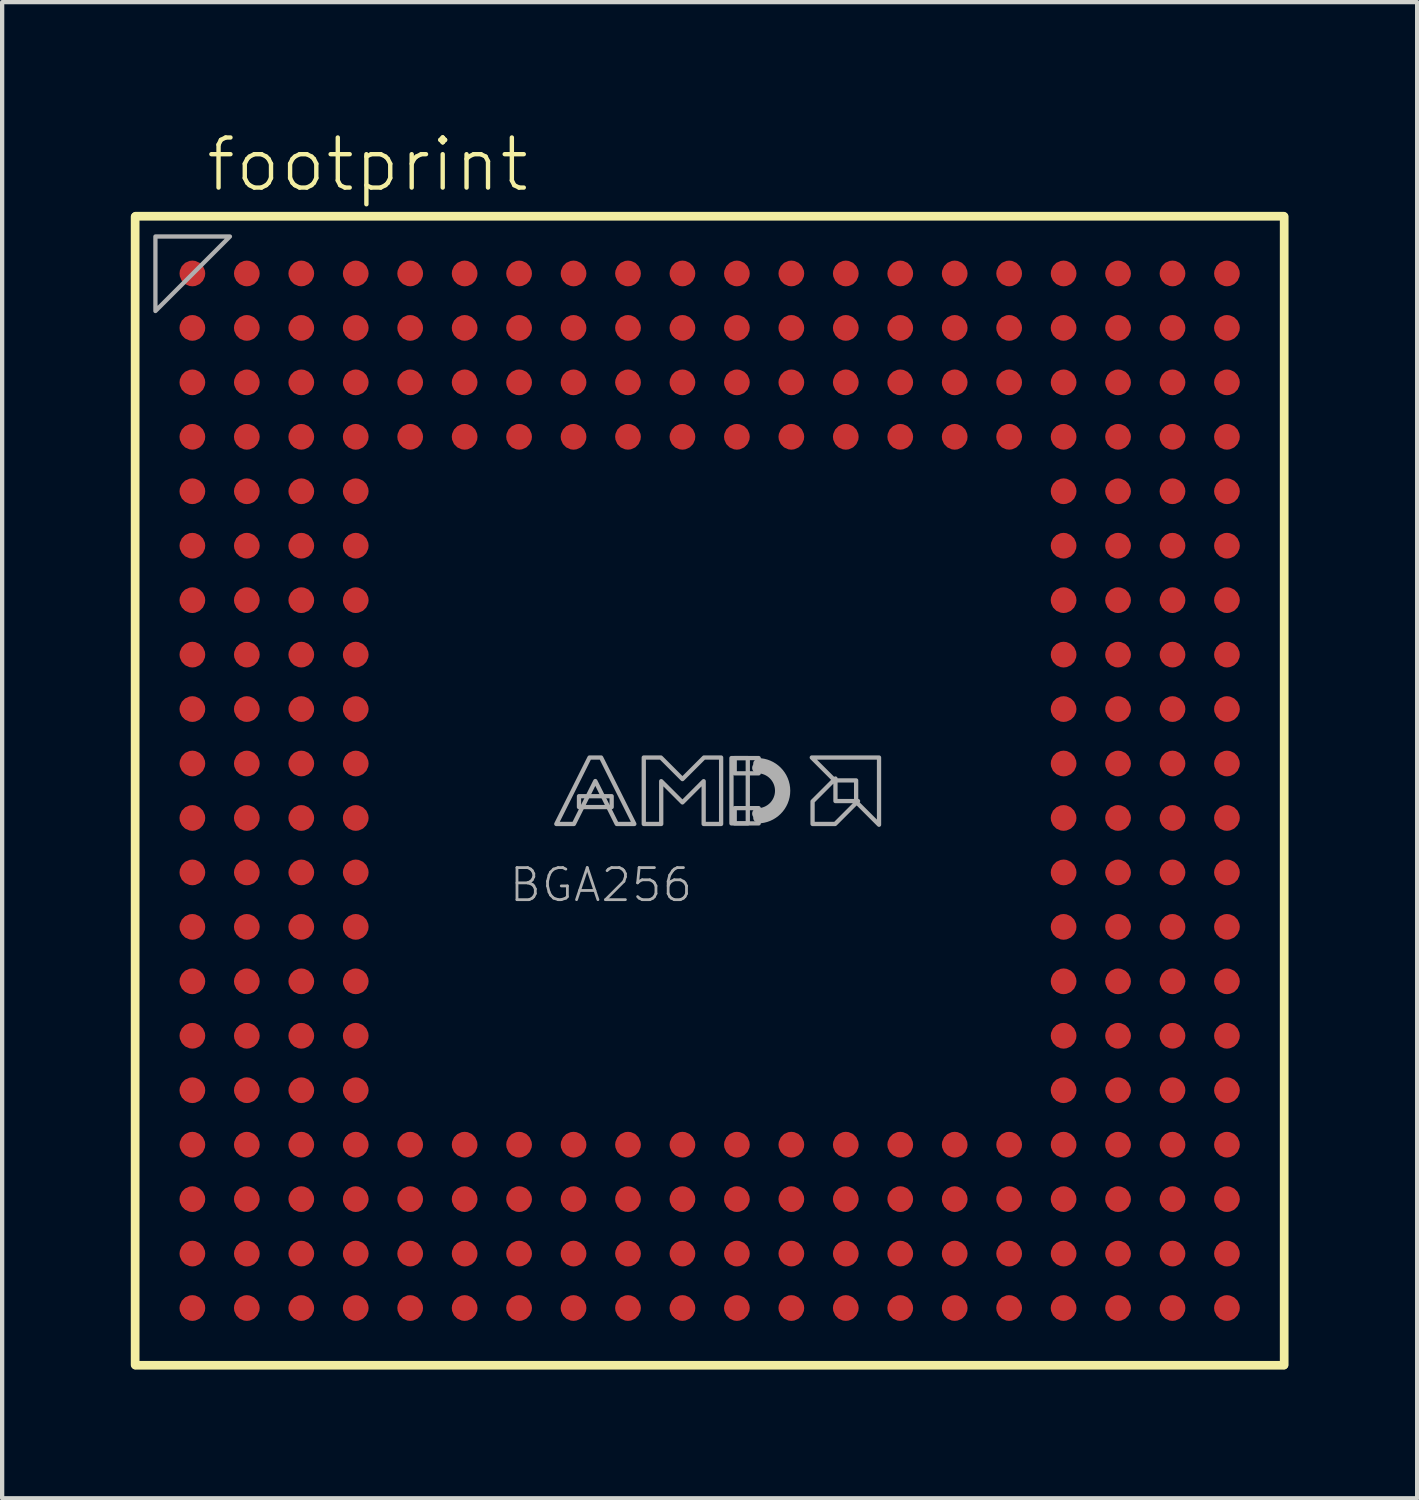
<source format=kicad_pcb>
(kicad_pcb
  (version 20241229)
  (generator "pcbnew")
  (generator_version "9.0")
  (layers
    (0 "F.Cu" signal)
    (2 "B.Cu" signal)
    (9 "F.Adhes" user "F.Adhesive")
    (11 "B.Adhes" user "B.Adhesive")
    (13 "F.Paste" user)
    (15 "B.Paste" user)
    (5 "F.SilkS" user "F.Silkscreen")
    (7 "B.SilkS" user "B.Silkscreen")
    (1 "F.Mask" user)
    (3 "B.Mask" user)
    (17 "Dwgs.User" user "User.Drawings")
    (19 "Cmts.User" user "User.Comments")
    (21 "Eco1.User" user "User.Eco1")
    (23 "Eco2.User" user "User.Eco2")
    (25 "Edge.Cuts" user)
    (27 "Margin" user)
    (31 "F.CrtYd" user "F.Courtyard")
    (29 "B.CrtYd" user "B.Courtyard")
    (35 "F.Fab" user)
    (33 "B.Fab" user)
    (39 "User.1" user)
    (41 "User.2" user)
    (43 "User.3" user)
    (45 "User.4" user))
  (footprint "footprint"
    (layer "F.Cu")
    (at 13.502 15.393)
    (property "Reference" "footprint" (at -11.8 -13.92 0) (layer "F.SilkS") (effects (font (size 1.168 1.168) (thickness 0.102)) (justify left bottom)))
    (fp_line (start -13.4 13.389) (end -13.4 -13.389) (stroke (width 0.203) (type solid)) (layer "F.SilkS"))
    (fp_line (start -13.389 -13.4) (end 13.389 -13.4) (stroke (width 0.203) (type solid)) (layer "F.SilkS"))
    (fp_line (start 13.389 13.4) (end -13.389 13.4) (stroke (width 0.203) (type solid)) (layer "F.SilkS"))
    (fp_line (start 13.4 -13.389) (end 13.4 13.389) (stroke (width 0.203) (type solid)) (layer "F.SilkS"))
    (fp_arc (start 1.1176 -0.7366) (mid 1.8542 0) (end 1.1176 0.7366) (stroke (width 0.0508) (type solid)) (layer "F.Fab"))
    (fp_arc (start 1.1176 -0.635) (mid 1.7526 0) (end 1.1176 0.635) (stroke (width 0.2032) (type solid)) (layer "F.Fab"))
    (fp_arc (start 1.1176 -0.5334) (mid 1.651 0) (end 1.1176 0.5334) (stroke (width 0.254) (type solid)) (layer "F.Fab"))
    (fp_poly (pts (xy -12.927 -11.189) (xy -12.927 -12.927) (xy -11.189 -12.927)) (stroke (width 0.1) (type solid)) (fill no) (layer "F.Fab"))
    (fp_poly (pts (xy -3.048 0.381) (xy -2.286 0.381) (xy -2.286 0.127) (xy -3.048 0.127)) (stroke (width 0.1) (type solid)) (fill no) (layer "F.Fab"))
    (fp_poly (pts (xy 0.508 0.762) (xy 0.889 0.762) (xy 0.889 -0.762) (xy 0.508 -0.762)) (stroke (width 0.1) (type solid)) (fill no) (layer "F.Fab"))
    (fp_poly (pts (xy 0.584 -0.406) (xy 1.143 -0.406) (xy 1.143 -0.762) (xy 0.584 -0.762)) (stroke (width 0.1) (type solid)) (fill no) (layer "F.Fab"))
    (fp_poly (pts (xy 0.584 0.762) (xy 1.143 0.762) (xy 1.143 0.406) (xy 0.584 0.406)) (stroke (width 0.1) (type solid)) (fill no) (layer "F.Fab"))
    (fp_poly (pts (xy 2.934 0.241) (xy 3.46 0.241) (xy 2.926 0.775) (xy 2.4 0.775) (xy 2.4 0.249) (xy 2.934 -0.285)) (stroke (width 0.1) (type solid)) (fill no) (layer "F.Fab"))
    (fp_poly (pts (xy 3.95 0.793) (xy 3.416 0.259) (xy 3.416 -0.241) (xy 2.916 -0.241) (xy 2.382 -0.775) (xy 3.95 -0.775)) (stroke (width 0.1) (type solid)) (fill no) (layer "F.Fab"))
    (fp_poly (pts (xy -1.757 0.775) (xy -2.167 0.775) (xy -2.667 -0.226) (xy -3.167 0.775) (xy -3.577 0.775) (xy -2.802 -0.775) (xy -2.532 -0.775)) (stroke (width 0.1) (type solid)) (fill no) (layer "F.Fab"))
    (fp_poly (pts (xy -0.635 -0.272) (xy -0.132 -0.775) (xy 0.267 -0.775) (xy 0.267 0.775) (xy -0.14 0.775) (xy -0.14 -0.223) (xy -0.635 0.272) (xy -1.13 -0.223) (xy -1.13 0.775) (xy -1.537 0.775) (xy -1.537 -0.775) (xy -1.138 -0.775)) (stroke (width 0.1) (type solid)) (fill no) (layer "F.Fab"))
    (fp_text user "BGA256" (at -4.715 2.635 0) (layer "F.Fab") (effects (font (size 0.748 0.748) (thickness 0.065)) (justify left bottom)))
    (pad "A1" smd roundrect (at -12.065 -12.065) (size 0.6 0.6) (layers "F.Cu" "F.Mask" "F.Paste") (roundrect_rratio 0.5))
    (pad "A2" smd roundrect (at -10.795 -12.065) (size 0.6 0.6) (layers "F.Cu" "F.Mask" "F.Paste") (roundrect_rratio 0.5))
    (pad "A3" smd roundrect (at -9.525 -12.065) (size 0.6 0.6) (layers "F.Cu" "F.Mask" "F.Paste") (roundrect_rratio 0.5))
    (pad "A4" smd roundrect (at -8.255 -12.065) (size 0.6 0.6) (layers "F.Cu" "F.Mask" "F.Paste") (roundrect_rratio 0.5))
    (pad "A5" smd roundrect (at -6.985 -12.065) (size 0.6 0.6) (layers "F.Cu" "F.Mask" "F.Paste") (roundrect_rratio 0.5))
    (pad "A6" smd roundrect (at -5.715 -12.065) (size 0.6 0.6) (layers "F.Cu" "F.Mask" "F.Paste") (roundrect_rratio 0.5))
    (pad "A7" smd roundrect (at -4.445 -12.065) (size 0.6 0.6) (layers "F.Cu" "F.Mask" "F.Paste") (roundrect_rratio 0.5))
    (pad "A8" smd roundrect (at -3.175 -12.065) (size 0.6 0.6) (layers "F.Cu" "F.Mask" "F.Paste") (roundrect_rratio 0.5))
    (pad "A9" smd roundrect (at -1.905 -12.065) (size 0.6 0.6) (layers "F.Cu" "F.Mask" "F.Paste") (roundrect_rratio 0.5))
    (pad "A10" smd roundrect (at -0.635 -12.065) (size 0.6 0.6) (layers "F.Cu" "F.Mask" "F.Paste") (roundrect_rratio 0.5))
    (pad "A11" smd roundrect (at 0.635 -12.065) (size 0.6 0.6) (layers "F.Cu" "F.Mask" "F.Paste") (roundrect_rratio 0.5))
    (pad "A12" smd roundrect (at 1.905 -12.065) (size 0.6 0.6) (layers "F.Cu" "F.Mask" "F.Paste") (roundrect_rratio 0.5))
    (pad "A13" smd roundrect (at 3.175 -12.065) (size 0.6 0.6) (layers "F.Cu" "F.Mask" "F.Paste") (roundrect_rratio 0.5))
    (pad "A14" smd roundrect (at 4.445 -12.065) (size 0.6 0.6) (layers "F.Cu" "F.Mask" "F.Paste") (roundrect_rratio 0.5))
    (pad "A15" smd roundrect (at 5.715 -12.065) (size 0.6 0.6) (layers "F.Cu" "F.Mask" "F.Paste") (roundrect_rratio 0.5))
    (pad "A16" smd roundrect (at 6.985 -12.065) (size 0.6 0.6) (layers "F.Cu" "F.Mask" "F.Paste") (roundrect_rratio 0.5))
    (pad "A17" smd roundrect (at 8.255 -12.065) (size 0.6 0.6) (layers "F.Cu" "F.Mask" "F.Paste") (roundrect_rratio 0.5))
    (pad "A18" smd roundrect (at 9.525 -12.065) (size 0.6 0.6) (layers "F.Cu" "F.Mask" "F.Paste") (roundrect_rratio 0.5))
    (pad "A19" smd roundrect (at 10.795 -12.065) (size 0.6 0.6) (layers "F.Cu" "F.Mask" "F.Paste") (roundrect_rratio 0.5))
    (pad "A20" smd roundrect (at 12.065 -12.065) (size 0.6 0.6) (layers "F.Cu" "F.Mask" "F.Paste") (roundrect_rratio 0.5))
    (pad "B1" smd roundrect (at -12.065 -10.795) (size 0.6 0.6) (layers "F.Cu" "F.Mask" "F.Paste") (roundrect_rratio 0.5))
    (pad "B2" smd roundrect (at -10.795 -10.795) (size 0.6 0.6) (layers "F.Cu" "F.Mask" "F.Paste") (roundrect_rratio 0.5))
    (pad "B3" smd roundrect (at -9.525 -10.795) (size 0.6 0.6) (layers "F.Cu" "F.Mask" "F.Paste") (roundrect_rratio 0.5))
    (pad "B4" smd roundrect (at -8.255 -10.795) (size 0.6 0.6) (layers "F.Cu" "F.Mask" "F.Paste") (roundrect_rratio 0.5))
    (pad "B5" smd roundrect (at -6.985 -10.795) (size 0.6 0.6) (layers "F.Cu" "F.Mask" "F.Paste") (roundrect_rratio 0.5))
    (pad "B6" smd roundrect (at -5.715 -10.795) (size 0.6 0.6) (layers "F.Cu" "F.Mask" "F.Paste") (roundrect_rratio 0.5))
    (pad "B7" smd roundrect (at -4.445 -10.795) (size 0.6 0.6) (layers "F.Cu" "F.Mask" "F.Paste") (roundrect_rratio 0.5))
    (pad "B8" smd roundrect (at -3.175 -10.795) (size 0.6 0.6) (layers "F.Cu" "F.Mask" "F.Paste") (roundrect_rratio 0.5))
    (pad "B9" smd roundrect (at -1.905 -10.795) (size 0.6 0.6) (layers "F.Cu" "F.Mask" "F.Paste") (roundrect_rratio 0.5))
    (pad "B10" smd roundrect (at -0.635 -10.795) (size 0.6 0.6) (layers "F.Cu" "F.Mask" "F.Paste") (roundrect_rratio 0.5))
    (pad "B11" smd roundrect (at 0.635 -10.795) (size 0.6 0.6) (layers "F.Cu" "F.Mask" "F.Paste") (roundrect_rratio 0.5))
    (pad "B12" smd roundrect (at 1.905 -10.795) (size 0.6 0.6) (layers "F.Cu" "F.Mask" "F.Paste") (roundrect_rratio 0.5))
    (pad "B13" smd roundrect (at 3.175 -10.795) (size 0.6 0.6) (layers "F.Cu" "F.Mask" "F.Paste") (roundrect_rratio 0.5))
    (pad "B14" smd roundrect (at 4.445 -10.795) (size 0.6 0.6) (layers "F.Cu" "F.Mask" "F.Paste") (roundrect_rratio 0.5))
    (pad "B15" smd roundrect (at 5.715 -10.795) (size 0.6 0.6) (layers "F.Cu" "F.Mask" "F.Paste") (roundrect_rratio 0.5))
    (pad "B16" smd roundrect (at 6.985 -10.795) (size 0.6 0.6) (layers "F.Cu" "F.Mask" "F.Paste") (roundrect_rratio 0.5))
    (pad "B17" smd roundrect (at 8.255 -10.795) (size 0.6 0.6) (layers "F.Cu" "F.Mask" "F.Paste") (roundrect_rratio 0.5))
    (pad "B18" smd roundrect (at 9.525 -10.795) (size 0.6 0.6) (layers "F.Cu" "F.Mask" "F.Paste") (roundrect_rratio 0.5))
    (pad "B19" smd roundrect (at 10.795 -10.795) (size 0.6 0.6) (layers "F.Cu" "F.Mask" "F.Paste") (roundrect_rratio 0.5))
    (pad "B20" smd roundrect (at 12.065 -10.795) (size 0.6 0.6) (layers "F.Cu" "F.Mask" "F.Paste") (roundrect_rratio 0.5))
    (pad "C1" smd roundrect (at -12.065 -9.525) (size 0.6 0.6) (layers "F.Cu" "F.Mask" "F.Paste") (roundrect_rratio 0.5))
    (pad "C2" smd roundrect (at -10.795 -9.525) (size 0.6 0.6) (layers "F.Cu" "F.Mask" "F.Paste") (roundrect_rratio 0.5))
    (pad "C3" smd roundrect (at -9.525 -9.525) (size 0.6 0.6) (layers "F.Cu" "F.Mask" "F.Paste") (roundrect_rratio 0.5))
    (pad "C4" smd roundrect (at -8.255 -9.525) (size 0.6 0.6) (layers "F.Cu" "F.Mask" "F.Paste") (roundrect_rratio 0.5))
    (pad "C5" smd roundrect (at -6.985 -9.525) (size 0.6 0.6) (layers "F.Cu" "F.Mask" "F.Paste") (roundrect_rratio 0.5))
    (pad "C6" smd roundrect (at -5.715 -9.525) (size 0.6 0.6) (layers "F.Cu" "F.Mask" "F.Paste") (roundrect_rratio 0.5))
    (pad "C7" smd roundrect (at -4.445 -9.525) (size 0.6 0.6) (layers "F.Cu" "F.Mask" "F.Paste") (roundrect_rratio 0.5))
    (pad "C8" smd roundrect (at -3.175 -9.525) (size 0.6 0.6) (layers "F.Cu" "F.Mask" "F.Paste") (roundrect_rratio 0.5))
    (pad "C9" smd roundrect (at -1.905 -9.525) (size 0.6 0.6) (layers "F.Cu" "F.Mask" "F.Paste") (roundrect_rratio 0.5))
    (pad "C10" smd roundrect (at -0.635 -9.525) (size 0.6 0.6) (layers "F.Cu" "F.Mask" "F.Paste") (roundrect_rratio 0.5))
    (pad "C11" smd roundrect (at 0.635 -9.525) (size 0.6 0.6) (layers "F.Cu" "F.Mask" "F.Paste") (roundrect_rratio 0.5))
    (pad "C12" smd roundrect (at 1.905 -9.525) (size 0.6 0.6) (layers "F.Cu" "F.Mask" "F.Paste") (roundrect_rratio 0.5))
    (pad "C13" smd roundrect (at 3.175 -9.525) (size 0.6 0.6) (layers "F.Cu" "F.Mask" "F.Paste") (roundrect_rratio 0.5))
    (pad "C14" smd roundrect (at 4.445 -9.525) (size 0.6 0.6) (layers "F.Cu" "F.Mask" "F.Paste") (roundrect_rratio 0.5))
    (pad "C15" smd roundrect (at 5.715 -9.525) (size 0.6 0.6) (layers "F.Cu" "F.Mask" "F.Paste") (roundrect_rratio 0.5))
    (pad "C16" smd roundrect (at 6.985 -9.525) (size 0.6 0.6) (layers "F.Cu" "F.Mask" "F.Paste") (roundrect_rratio 0.5))
    (pad "C17" smd roundrect (at 8.255 -9.525) (size 0.6 0.6) (layers "F.Cu" "F.Mask" "F.Paste") (roundrect_rratio 0.5))
    (pad "C18" smd roundrect (at 9.525 -9.525) (size 0.6 0.6) (layers "F.Cu" "F.Mask" "F.Paste") (roundrect_rratio 0.5))
    (pad "C19" smd roundrect (at 10.795 -9.525) (size 0.6 0.6) (layers "F.Cu" "F.Mask" "F.Paste") (roundrect_rratio 0.5))
    (pad "C20" smd roundrect (at 12.065 -9.525) (size 0.6 0.6) (layers "F.Cu" "F.Mask" "F.Paste") (roundrect_rratio 0.5))
    (pad "D1" smd roundrect (at -12.065 -8.255) (size 0.6 0.6) (layers "F.Cu" "F.Mask" "F.Paste") (roundrect_rratio 0.5))
    (pad "D2" smd roundrect (at -10.795 -8.255) (size 0.6 0.6) (layers "F.Cu" "F.Mask" "F.Paste") (roundrect_rratio 0.5))
    (pad "D3" smd roundrect (at -9.525 -8.255) (size 0.6 0.6) (layers "F.Cu" "F.Mask" "F.Paste") (roundrect_rratio 0.5))
    (pad "D4" smd roundrect (at -8.255 -8.255) (size 0.6 0.6) (layers "F.Cu" "F.Mask" "F.Paste") (roundrect_rratio 0.5))
    (pad "D5" smd roundrect (at -6.985 -8.255) (size 0.6 0.6) (layers "F.Cu" "F.Mask" "F.Paste") (roundrect_rratio 0.5))
    (pad "D6" smd roundrect (at -5.715 -8.255) (size 0.6 0.6) (layers "F.Cu" "F.Mask" "F.Paste") (roundrect_rratio 0.5))
    (pad "D7" smd roundrect (at -4.445 -8.255) (size 0.6 0.6) (layers "F.Cu" "F.Mask" "F.Paste") (roundrect_rratio 0.5))
    (pad "D8" smd roundrect (at -3.175 -8.255) (size 0.6 0.6) (layers "F.Cu" "F.Mask" "F.Paste") (roundrect_rratio 0.5))
    (pad "D9" smd roundrect (at -1.905 -8.255) (size 0.6 0.6) (layers "F.Cu" "F.Mask" "F.Paste") (roundrect_rratio 0.5))
    (pad "D10" smd roundrect (at -0.635 -8.255) (size 0.6 0.6) (layers "F.Cu" "F.Mask" "F.Paste") (roundrect_rratio 0.5))
    (pad "D11" smd roundrect (at 0.635 -8.255) (size 0.6 0.6) (layers "F.Cu" "F.Mask" "F.Paste") (roundrect_rratio 0.5))
    (pad "D12" smd roundrect (at 1.905 -8.255) (size 0.6 0.6) (layers "F.Cu" "F.Mask" "F.Paste") (roundrect_rratio 0.5))
    (pad "D13" smd roundrect (at 3.175 -8.255) (size 0.6 0.6) (layers "F.Cu" "F.Mask" "F.Paste") (roundrect_rratio 0.5))
    (pad "D14" smd roundrect (at 4.445 -8.255) (size 0.6 0.6) (layers "F.Cu" "F.Mask" "F.Paste") (roundrect_rratio 0.5))
    (pad "D15" smd roundrect (at 5.715 -8.255) (size 0.6 0.6) (layers "F.Cu" "F.Mask" "F.Paste") (roundrect_rratio 0.5))
    (pad "D16" smd roundrect (at 6.985 -8.255) (size 0.6 0.6) (layers "F.Cu" "F.Mask" "F.Paste") (roundrect_rratio 0.5))
    (pad "D17" smd roundrect (at 8.255 -8.255) (size 0.6 0.6) (layers "F.Cu" "F.Mask" "F.Paste") (roundrect_rratio 0.5))
    (pad "D18" smd roundrect (at 9.525 -8.255) (size 0.6 0.6) (layers "F.Cu" "F.Mask" "F.Paste") (roundrect_rratio 0.5))
    (pad "D19" smd roundrect (at 10.795 -8.255) (size 0.6 0.6) (layers "F.Cu" "F.Mask" "F.Paste") (roundrect_rratio 0.5))
    (pad "D20" smd roundrect (at 12.065 -8.255) (size 0.6 0.6) (layers "F.Cu" "F.Mask" "F.Paste") (roundrect_rratio 0.5))
    (pad "E1" smd roundrect (at -12.065 -6.985) (size 0.6 0.6) (layers "F.Cu" "F.Mask" "F.Paste") (roundrect_rratio 0.5))
    (pad "E2" smd roundrect (at -10.795 -6.985) (size 0.6 0.6) (layers "F.Cu" "F.Mask" "F.Paste") (roundrect_rratio 0.5))
    (pad "E3" smd roundrect (at -9.525 -6.985) (size 0.6 0.6) (layers "F.Cu" "F.Mask" "F.Paste") (roundrect_rratio 0.5))
    (pad "E4" smd roundrect (at -8.255 -6.985) (size 0.6 0.6) (layers "F.Cu" "F.Mask" "F.Paste") (roundrect_rratio 0.5))
    (pad "E17" smd roundrect (at 8.255 -6.985) (size 0.6 0.6) (layers "F.Cu" "F.Mask" "F.Paste") (roundrect_rratio 0.5))
    (pad "E18" smd roundrect (at 9.525 -6.985) (size 0.6 0.6) (layers "F.Cu" "F.Mask" "F.Paste") (roundrect_rratio 0.5))
    (pad "E19" smd roundrect (at 10.795 -6.985) (size 0.6 0.6) (layers "F.Cu" "F.Mask" "F.Paste") (roundrect_rratio 0.5))
    (pad "E20" smd roundrect (at 12.065 -6.985) (size 0.6 0.6) (layers "F.Cu" "F.Mask" "F.Paste") (roundrect_rratio 0.5))
    (pad "F1" smd roundrect (at -12.065 -5.715) (size 0.6 0.6) (layers "F.Cu" "F.Mask" "F.Paste") (roundrect_rratio 0.5))
    (pad "F2" smd roundrect (at -10.795 -5.715) (size 0.6 0.6) (layers "F.Cu" "F.Mask" "F.Paste") (roundrect_rratio 0.5))
    (pad "F3" smd roundrect (at -9.525 -5.715) (size 0.6 0.6) (layers "F.Cu" "F.Mask" "F.Paste") (roundrect_rratio 0.5))
    (pad "F4" smd roundrect (at -8.255 -5.715) (size 0.6 0.6) (layers "F.Cu" "F.Mask" "F.Paste") (roundrect_rratio 0.5))
    (pad "F17" smd roundrect (at 8.255 -5.715) (size 0.6 0.6) (layers "F.Cu" "F.Mask" "F.Paste") (roundrect_rratio 0.5))
    (pad "F18" smd roundrect (at 9.525 -5.715) (size 0.6 0.6) (layers "F.Cu" "F.Mask" "F.Paste") (roundrect_rratio 0.5))
    (pad "F19" smd roundrect (at 10.795 -5.715) (size 0.6 0.6) (layers "F.Cu" "F.Mask" "F.Paste") (roundrect_rratio 0.5))
    (pad "F20" smd roundrect (at 12.065 -5.715) (size 0.6 0.6) (layers "F.Cu" "F.Mask" "F.Paste") (roundrect_rratio 0.5))
    (pad "G1" smd roundrect (at -12.065 -4.445) (size 0.6 0.6) (layers "F.Cu" "F.Mask" "F.Paste") (roundrect_rratio 0.5))
    (pad "G2" smd roundrect (at -10.795 -4.445) (size 0.6 0.6) (layers "F.Cu" "F.Mask" "F.Paste") (roundrect_rratio 0.5))
    (pad "G3" smd roundrect (at -9.525 -4.445) (size 0.6 0.6) (layers "F.Cu" "F.Mask" "F.Paste") (roundrect_rratio 0.5))
    (pad "G4" smd roundrect (at -8.255 -4.445) (size 0.6 0.6) (layers "F.Cu" "F.Mask" "F.Paste") (roundrect_rratio 0.5))
    (pad "G17" smd roundrect (at 8.255 -4.445) (size 0.6 0.6) (layers "F.Cu" "F.Mask" "F.Paste") (roundrect_rratio 0.5))
    (pad "G18" smd roundrect (at 9.525 -4.445) (size 0.6 0.6) (layers "F.Cu" "F.Mask" "F.Paste") (roundrect_rratio 0.5))
    (pad "G19" smd roundrect (at 10.795 -4.445) (size 0.6 0.6) (layers "F.Cu" "F.Mask" "F.Paste") (roundrect_rratio 0.5))
    (pad "G20" smd roundrect (at 12.065 -4.445) (size 0.6 0.6) (layers "F.Cu" "F.Mask" "F.Paste") (roundrect_rratio 0.5))
    (pad "H1" smd roundrect (at -12.065 -3.175) (size 0.6 0.6) (layers "F.Cu" "F.Mask" "F.Paste") (roundrect_rratio 0.5))
    (pad "H2" smd roundrect (at -10.795 -3.175) (size 0.6 0.6) (layers "F.Cu" "F.Mask" "F.Paste") (roundrect_rratio 0.5))
    (pad "H3" smd roundrect (at -9.525 -3.175) (size 0.6 0.6) (layers "F.Cu" "F.Mask" "F.Paste") (roundrect_rratio 0.5))
    (pad "H4" smd roundrect (at -8.255 -3.175) (size 0.6 0.6) (layers "F.Cu" "F.Mask" "F.Paste") (roundrect_rratio 0.5))
    (pad "H17" smd roundrect (at 8.255 -3.175) (size 0.6 0.6) (layers "F.Cu" "F.Mask" "F.Paste") (roundrect_rratio 0.5))
    (pad "H18" smd roundrect (at 9.525 -3.175) (size 0.6 0.6) (layers "F.Cu" "F.Mask" "F.Paste") (roundrect_rratio 0.5))
    (pad "H19" smd roundrect (at 10.795 -3.175) (size 0.6 0.6) (layers "F.Cu" "F.Mask" "F.Paste") (roundrect_rratio 0.5))
    (pad "H20" smd roundrect (at 12.065 -3.175) (size 0.6 0.6) (layers "F.Cu" "F.Mask" "F.Paste") (roundrect_rratio 0.5))
    (pad "J1" smd roundrect (at -12.065 -1.905) (size 0.6 0.6) (layers "F.Cu" "F.Mask" "F.Paste") (roundrect_rratio 0.5))
    (pad "J2" smd roundrect (at -10.795 -1.905) (size 0.6 0.6) (layers "F.Cu" "F.Mask" "F.Paste") (roundrect_rratio 0.5))
    (pad "J3" smd roundrect (at -9.525 -1.905) (size 0.6 0.6) (layers "F.Cu" "F.Mask" "F.Paste") (roundrect_rratio 0.5))
    (pad "J4" smd roundrect (at -8.255 -1.905) (size 0.6 0.6) (layers "F.Cu" "F.Mask" "F.Paste") (roundrect_rratio 0.5))
    (pad "J17" smd roundrect (at 8.255 -1.905) (size 0.6 0.6) (layers "F.Cu" "F.Mask" "F.Paste") (roundrect_rratio 0.5))
    (pad "J18" smd roundrect (at 9.525 -1.905) (size 0.6 0.6) (layers "F.Cu" "F.Mask" "F.Paste") (roundrect_rratio 0.5))
    (pad "J19" smd roundrect (at 10.795 -1.905) (size 0.6 0.6) (layers "F.Cu" "F.Mask" "F.Paste") (roundrect_rratio 0.5))
    (pad "J20" smd roundrect (at 12.065 -1.905) (size 0.6 0.6) (layers "F.Cu" "F.Mask" "F.Paste") (roundrect_rratio 0.5))
    (pad "K1" smd roundrect (at -12.065 -0.635) (size 0.6 0.6) (layers "F.Cu" "F.Mask" "F.Paste") (roundrect_rratio 0.5))
    (pad "K2" smd roundrect (at -10.795 -0.635) (size 0.6 0.6) (layers "F.Cu" "F.Mask" "F.Paste") (roundrect_rratio 0.5))
    (pad "K3" smd roundrect (at -9.525 -0.635) (size 0.6 0.6) (layers "F.Cu" "F.Mask" "F.Paste") (roundrect_rratio 0.5))
    (pad "K4" smd roundrect (at -8.255 -0.635) (size 0.6 0.6) (layers "F.Cu" "F.Mask" "F.Paste") (roundrect_rratio 0.5))
    (pad "K17" smd roundrect (at 8.255 -0.635) (size 0.6 0.6) (layers "F.Cu" "F.Mask" "F.Paste") (roundrect_rratio 0.5))
    (pad "K18" smd roundrect (at 9.525 -0.635) (size 0.6 0.6) (layers "F.Cu" "F.Mask" "F.Paste") (roundrect_rratio 0.5))
    (pad "K19" smd roundrect (at 10.795 -0.635) (size 0.6 0.6) (layers "F.Cu" "F.Mask" "F.Paste") (roundrect_rratio 0.5))
    (pad "K20" smd roundrect (at 12.065 -0.635) (size 0.6 0.6) (layers "F.Cu" "F.Mask" "F.Paste") (roundrect_rratio 0.5))
    (pad "L1" smd roundrect (at -12.065 0.635) (size 0.6 0.6) (layers "F.Cu" "F.Mask" "F.Paste") (roundrect_rratio 0.5))
    (pad "L2" smd roundrect (at -10.795 0.635) (size 0.6 0.6) (layers "F.Cu" "F.Mask" "F.Paste") (roundrect_rratio 0.5))
    (pad "L3" smd roundrect (at -9.525 0.635) (size 0.6 0.6) (layers "F.Cu" "F.Mask" "F.Paste") (roundrect_rratio 0.5))
    (pad "L4" smd roundrect (at -8.255 0.635) (size 0.6 0.6) (layers "F.Cu" "F.Mask" "F.Paste") (roundrect_rratio 0.5))
    (pad "L17" smd roundrect (at 8.255 0.635) (size 0.6 0.6) (layers "F.Cu" "F.Mask" "F.Paste") (roundrect_rratio 0.5))
    (pad "L18" smd roundrect (at 9.525 0.635) (size 0.6 0.6) (layers "F.Cu" "F.Mask" "F.Paste") (roundrect_rratio 0.5))
    (pad "L19" smd roundrect (at 10.795 0.635) (size 0.6 0.6) (layers "F.Cu" "F.Mask" "F.Paste") (roundrect_rratio 0.5))
    (pad "L20" smd roundrect (at 12.065 0.635) (size 0.6 0.6) (layers "F.Cu" "F.Mask" "F.Paste") (roundrect_rratio 0.5))
    (pad "M1" smd roundrect (at -12.065 1.905) (size 0.6 0.6) (layers "F.Cu" "F.Mask" "F.Paste") (roundrect_rratio 0.5))
    (pad "M2" smd roundrect (at -10.795 1.905) (size 0.6 0.6) (layers "F.Cu" "F.Mask" "F.Paste") (roundrect_rratio 0.5))
    (pad "M3" smd roundrect (at -9.525 1.905) (size 0.6 0.6) (layers "F.Cu" "F.Mask" "F.Paste") (roundrect_rratio 0.5))
    (pad "M4" smd roundrect (at -8.255 1.905) (size 0.6 0.6) (layers "F.Cu" "F.Mask" "F.Paste") (roundrect_rratio 0.5))
    (pad "M17" smd roundrect (at 8.255 1.905) (size 0.6 0.6) (layers "F.Cu" "F.Mask" "F.Paste") (roundrect_rratio 0.5))
    (pad "M18" smd roundrect (at 9.525 1.905) (size 0.6 0.6) (layers "F.Cu" "F.Mask" "F.Paste") (roundrect_rratio 0.5))
    (pad "M19" smd roundrect (at 10.795 1.905) (size 0.6 0.6) (layers "F.Cu" "F.Mask" "F.Paste") (roundrect_rratio 0.5))
    (pad "M20" smd roundrect (at 12.065 1.905) (size 0.6 0.6) (layers "F.Cu" "F.Mask" "F.Paste") (roundrect_rratio 0.5))
    (pad "N1" smd roundrect (at -12.065 3.175) (size 0.6 0.6) (layers "F.Cu" "F.Mask" "F.Paste") (roundrect_rratio 0.5))
    (pad "N2" smd roundrect (at -10.795 3.175) (size 0.6 0.6) (layers "F.Cu" "F.Mask" "F.Paste") (roundrect_rratio 0.5))
    (pad "N3" smd roundrect (at -9.525 3.175) (size 0.6 0.6) (layers "F.Cu" "F.Mask" "F.Paste") (roundrect_rratio 0.5))
    (pad "N4" smd roundrect (at -8.255 3.175) (size 0.6 0.6) (layers "F.Cu" "F.Mask" "F.Paste") (roundrect_rratio 0.5))
    (pad "N17" smd roundrect (at 8.255 3.175) (size 0.6 0.6) (layers "F.Cu" "F.Mask" "F.Paste") (roundrect_rratio 0.5))
    (pad "N18" smd roundrect (at 9.525 3.175) (size 0.6 0.6) (layers "F.Cu" "F.Mask" "F.Paste") (roundrect_rratio 0.5))
    (pad "N19" smd roundrect (at 10.795 3.175) (size 0.6 0.6) (layers "F.Cu" "F.Mask" "F.Paste") (roundrect_rratio 0.5))
    (pad "N20" smd roundrect (at 12.065 3.175) (size 0.6 0.6) (layers "F.Cu" "F.Mask" "F.Paste") (roundrect_rratio 0.5))
    (pad "P1" smd roundrect (at -12.065 4.445) (size 0.6 0.6) (layers "F.Cu" "F.Mask" "F.Paste") (roundrect_rratio 0.5))
    (pad "P2" smd roundrect (at -10.795 4.445) (size 0.6 0.6) (layers "F.Cu" "F.Mask" "F.Paste") (roundrect_rratio 0.5))
    (pad "P3" smd roundrect (at -9.525 4.445) (size 0.6 0.6) (layers "F.Cu" "F.Mask" "F.Paste") (roundrect_rratio 0.5))
    (pad "P4" smd roundrect (at -8.255 4.445) (size 0.6 0.6) (layers "F.Cu" "F.Mask" "F.Paste") (roundrect_rratio 0.5))
    (pad "P17" smd roundrect (at 8.255 4.445) (size 0.6 0.6) (layers "F.Cu" "F.Mask" "F.Paste") (roundrect_rratio 0.5))
    (pad "P18" smd roundrect (at 9.525 4.445) (size 0.6 0.6) (layers "F.Cu" "F.Mask" "F.Paste") (roundrect_rratio 0.5))
    (pad "P19" smd roundrect (at 10.795 4.445) (size 0.6 0.6) (layers "F.Cu" "F.Mask" "F.Paste") (roundrect_rratio 0.5))
    (pad "P20" smd roundrect (at 12.065 4.445) (size 0.6 0.6) (layers "F.Cu" "F.Mask" "F.Paste") (roundrect_rratio 0.5))
    (pad "R1" smd roundrect (at -12.065 5.715) (size 0.6 0.6) (layers "F.Cu" "F.Mask" "F.Paste") (roundrect_rratio 0.5))
    (pad "R2" smd roundrect (at -10.795 5.715) (size 0.6 0.6) (layers "F.Cu" "F.Mask" "F.Paste") (roundrect_rratio 0.5))
    (pad "R3" smd roundrect (at -9.525 5.715) (size 0.6 0.6) (layers "F.Cu" "F.Mask" "F.Paste") (roundrect_rratio 0.5))
    (pad "R4" smd roundrect (at -8.255 5.715) (size 0.6 0.6) (layers "F.Cu" "F.Mask" "F.Paste") (roundrect_rratio 0.5))
    (pad "R17" smd roundrect (at 8.255 5.715) (size 0.6 0.6) (layers "F.Cu" "F.Mask" "F.Paste") (roundrect_rratio 0.5))
    (pad "R18" smd roundrect (at 9.525 5.715) (size 0.6 0.6) (layers "F.Cu" "F.Mask" "F.Paste") (roundrect_rratio 0.5))
    (pad "R19" smd roundrect (at 10.795 5.715) (size 0.6 0.6) (layers "F.Cu" "F.Mask" "F.Paste") (roundrect_rratio 0.5))
    (pad "R20" smd roundrect (at 12.065 5.715) (size 0.6 0.6) (layers "F.Cu" "F.Mask" "F.Paste") (roundrect_rratio 0.5))
    (pad "T1" smd roundrect (at -12.065 6.985) (size 0.6 0.6) (layers "F.Cu" "F.Mask" "F.Paste") (roundrect_rratio 0.5))
    (pad "T2" smd roundrect (at -10.795 6.985) (size 0.6 0.6) (layers "F.Cu" "F.Mask" "F.Paste") (roundrect_rratio 0.5))
    (pad "T3" smd roundrect (at -9.525 6.985) (size 0.6 0.6) (layers "F.Cu" "F.Mask" "F.Paste") (roundrect_rratio 0.5))
    (pad "T4" smd roundrect (at -8.255 6.985) (size 0.6 0.6) (layers "F.Cu" "F.Mask" "F.Paste") (roundrect_rratio 0.5))
    (pad "T17" smd roundrect (at 8.255 6.985) (size 0.6 0.6) (layers "F.Cu" "F.Mask" "F.Paste") (roundrect_rratio 0.5))
    (pad "T18" smd roundrect (at 9.525 6.985) (size 0.6 0.6) (layers "F.Cu" "F.Mask" "F.Paste") (roundrect_rratio 0.5))
    (pad "T19" smd roundrect (at 10.795 6.985) (size 0.6 0.6) (layers "F.Cu" "F.Mask" "F.Paste") (roundrect_rratio 0.5))
    (pad "T20" smd roundrect (at 12.065 6.985) (size 0.6 0.6) (layers "F.Cu" "F.Mask" "F.Paste") (roundrect_rratio 0.5))
    (pad "U1" smd roundrect (at -12.065 8.255) (size 0.6 0.6) (layers "F.Cu" "F.Mask" "F.Paste") (roundrect_rratio 0.5))
    (pad "U2" smd roundrect (at -10.795 8.255) (size 0.6 0.6) (layers "F.Cu" "F.Mask" "F.Paste") (roundrect_rratio 0.5))
    (pad "U3" smd roundrect (at -9.525 8.255) (size 0.6 0.6) (layers "F.Cu" "F.Mask" "F.Paste") (roundrect_rratio 0.5))
    (pad "U4" smd roundrect (at -8.255 8.255) (size 0.6 0.6) (layers "F.Cu" "F.Mask" "F.Paste") (roundrect_rratio 0.5))
    (pad "U5" smd roundrect (at -6.985 8.255) (size 0.6 0.6) (layers "F.Cu" "F.Mask" "F.Paste") (roundrect_rratio 0.5))
    (pad "U6" smd roundrect (at -5.715 8.255) (size 0.6 0.6) (layers "F.Cu" "F.Mask" "F.Paste") (roundrect_rratio 0.5))
    (pad "U7" smd roundrect (at -4.445 8.255) (size 0.6 0.6) (layers "F.Cu" "F.Mask" "F.Paste") (roundrect_rratio 0.5))
    (pad "U8" smd roundrect (at -3.175 8.255) (size 0.6 0.6) (layers "F.Cu" "F.Mask" "F.Paste") (roundrect_rratio 0.5))
    (pad "U9" smd roundrect (at -1.905 8.255) (size 0.6 0.6) (layers "F.Cu" "F.Mask" "F.Paste") (roundrect_rratio 0.5))
    (pad "U10" smd roundrect (at -0.635 8.255) (size 0.6 0.6) (layers "F.Cu" "F.Mask" "F.Paste") (roundrect_rratio 0.5))
    (pad "U11" smd roundrect (at 0.635 8.255) (size 0.6 0.6) (layers "F.Cu" "F.Mask" "F.Paste") (roundrect_rratio 0.5))
    (pad "U12" smd roundrect (at 1.905 8.255) (size 0.6 0.6) (layers "F.Cu" "F.Mask" "F.Paste") (roundrect_rratio 0.5))
    (pad "U13" smd roundrect (at 3.175 8.255) (size 0.6 0.6) (layers "F.Cu" "F.Mask" "F.Paste") (roundrect_rratio 0.5))
    (pad "U14" smd roundrect (at 4.445 8.255) (size 0.6 0.6) (layers "F.Cu" "F.Mask" "F.Paste") (roundrect_rratio 0.5))
    (pad "U15" smd roundrect (at 5.715 8.255) (size 0.6 0.6) (layers "F.Cu" "F.Mask" "F.Paste") (roundrect_rratio 0.5))
    (pad "U16" smd roundrect (at 6.985 8.255) (size 0.6 0.6) (layers "F.Cu" "F.Mask" "F.Paste") (roundrect_rratio 0.5))
    (pad "U17" smd roundrect (at 8.255 8.255) (size 0.6 0.6) (layers "F.Cu" "F.Mask" "F.Paste") (roundrect_rratio 0.5))
    (pad "U18" smd roundrect (at 9.525 8.255) (size 0.6 0.6) (layers "F.Cu" "F.Mask" "F.Paste") (roundrect_rratio 0.5))
    (pad "U19" smd roundrect (at 10.795 8.255) (size 0.6 0.6) (layers "F.Cu" "F.Mask" "F.Paste") (roundrect_rratio 0.5))
    (pad "U20" smd roundrect (at 12.065 8.255) (size 0.6 0.6) (layers "F.Cu" "F.Mask" "F.Paste") (roundrect_rratio 0.5))
    (pad "V1" smd roundrect (at -12.065 9.525) (size 0.6 0.6) (layers "F.Cu" "F.Mask" "F.Paste") (roundrect_rratio 0.5))
    (pad "V2" smd roundrect (at -10.795 9.525) (size 0.6 0.6) (layers "F.Cu" "F.Mask" "F.Paste") (roundrect_rratio 0.5))
    (pad "V3" smd roundrect (at -9.525 9.525) (size 0.6 0.6) (layers "F.Cu" "F.Mask" "F.Paste") (roundrect_rratio 0.5))
    (pad "V4" smd roundrect (at -8.255 9.525) (size 0.6 0.6) (layers "F.Cu" "F.Mask" "F.Paste") (roundrect_rratio 0.5))
    (pad "V5" smd roundrect (at -6.985 9.525) (size 0.6 0.6) (layers "F.Cu" "F.Mask" "F.Paste") (roundrect_rratio 0.5))
    (pad "V6" smd roundrect (at -5.715 9.525) (size 0.6 0.6) (layers "F.Cu" "F.Mask" "F.Paste") (roundrect_rratio 0.5))
    (pad "V7" smd roundrect (at -4.445 9.525) (size 0.6 0.6) (layers "F.Cu" "F.Mask" "F.Paste") (roundrect_rratio 0.5))
    (pad "V8" smd roundrect (at -3.175 9.525) (size 0.6 0.6) (layers "F.Cu" "F.Mask" "F.Paste") (roundrect_rratio 0.5))
    (pad "V9" smd roundrect (at -1.905 9.525) (size 0.6 0.6) (layers "F.Cu" "F.Mask" "F.Paste") (roundrect_rratio 0.5))
    (pad "V10" smd roundrect (at -0.635 9.525) (size 0.6 0.6) (layers "F.Cu" "F.Mask" "F.Paste") (roundrect_rratio 0.5))
    (pad "V11" smd roundrect (at 0.635 9.525) (size 0.6 0.6) (layers "F.Cu" "F.Mask" "F.Paste") (roundrect_rratio 0.5))
    (pad "V12" smd roundrect (at 1.905 9.525) (size 0.6 0.6) (layers "F.Cu" "F.Mask" "F.Paste") (roundrect_rratio 0.5))
    (pad "V13" smd roundrect (at 3.175 9.525) (size 0.6 0.6) (layers "F.Cu" "F.Mask" "F.Paste") (roundrect_rratio 0.5))
    (pad "V14" smd roundrect (at 4.445 9.525) (size 0.6 0.6) (layers "F.Cu" "F.Mask" "F.Paste") (roundrect_rratio 0.5))
    (pad "V15" smd roundrect (at 5.715 9.525) (size 0.6 0.6) (layers "F.Cu" "F.Mask" "F.Paste") (roundrect_rratio 0.5))
    (pad "V16" smd roundrect (at 6.985 9.525) (size 0.6 0.6) (layers "F.Cu" "F.Mask" "F.Paste") (roundrect_rratio 0.5))
    (pad "V17" smd roundrect (at 8.255 9.525) (size 0.6 0.6) (layers "F.Cu" "F.Mask" "F.Paste") (roundrect_rratio 0.5))
    (pad "V18" smd roundrect (at 9.525 9.525) (size 0.6 0.6) (layers "F.Cu" "F.Mask" "F.Paste") (roundrect_rratio 0.5))
    (pad "V19" smd roundrect (at 10.795 9.525) (size 0.6 0.6) (layers "F.Cu" "F.Mask" "F.Paste") (roundrect_rratio 0.5))
    (pad "V20" smd roundrect (at 12.065 9.525) (size 0.6 0.6) (layers "F.Cu" "F.Mask" "F.Paste") (roundrect_rratio 0.5))
    (pad "W1" smd roundrect (at -12.065 10.795) (size 0.6 0.6) (layers "F.Cu" "F.Mask" "F.Paste") (roundrect_rratio 0.5))
    (pad "W2" smd roundrect (at -10.795 10.795) (size 0.6 0.6) (layers "F.Cu" "F.Mask" "F.Paste") (roundrect_rratio 0.5))
    (pad "W3" smd roundrect (at -9.525 10.795) (size 0.6 0.6) (layers "F.Cu" "F.Mask" "F.Paste") (roundrect_rratio 0.5))
    (pad "W4" smd roundrect (at -8.255 10.795) (size 0.6 0.6) (layers "F.Cu" "F.Mask" "F.Paste") (roundrect_rratio 0.5))
    (pad "W5" smd roundrect (at -6.985 10.795) (size 0.6 0.6) (layers "F.Cu" "F.Mask" "F.Paste") (roundrect_rratio 0.5))
    (pad "W6" smd roundrect (at -5.715 10.795) (size 0.6 0.6) (layers "F.Cu" "F.Mask" "F.Paste") (roundrect_rratio 0.5))
    (pad "W7" smd roundrect (at -4.445 10.795) (size 0.6 0.6) (layers "F.Cu" "F.Mask" "F.Paste") (roundrect_rratio 0.5))
    (pad "W8" smd roundrect (at -3.175 10.795) (size 0.6 0.6) (layers "F.Cu" "F.Mask" "F.Paste") (roundrect_rratio 0.5))
    (pad "W9" smd roundrect (at -1.905 10.795) (size 0.6 0.6) (layers "F.Cu" "F.Mask" "F.Paste") (roundrect_rratio 0.5))
    (pad "W10" smd roundrect (at -0.635 10.795) (size 0.6 0.6) (layers "F.Cu" "F.Mask" "F.Paste") (roundrect_rratio 0.5))
    (pad "W11" smd roundrect (at 0.635 10.795) (size 0.6 0.6) (layers "F.Cu" "F.Mask" "F.Paste") (roundrect_rratio 0.5))
    (pad "W12" smd roundrect (at 1.905 10.795) (size 0.6 0.6) (layers "F.Cu" "F.Mask" "F.Paste") (roundrect_rratio 0.5))
    (pad "W13" smd roundrect (at 3.175 10.795) (size 0.6 0.6) (layers "F.Cu" "F.Mask" "F.Paste") (roundrect_rratio 0.5))
    (pad "W14" smd roundrect (at 4.445 10.795) (size 0.6 0.6) (layers "F.Cu" "F.Mask" "F.Paste") (roundrect_rratio 0.5))
    (pad "W15" smd roundrect (at 5.715 10.795) (size 0.6 0.6) (layers "F.Cu" "F.Mask" "F.Paste") (roundrect_rratio 0.5))
    (pad "W16" smd roundrect (at 6.985 10.795) (size 0.6 0.6) (layers "F.Cu" "F.Mask" "F.Paste") (roundrect_rratio 0.5))
    (pad "W17" smd roundrect (at 8.255 10.795) (size 0.6 0.6) (layers "F.Cu" "F.Mask" "F.Paste") (roundrect_rratio 0.5))
    (pad "W18" smd roundrect (at 9.525 10.795) (size 0.6 0.6) (layers "F.Cu" "F.Mask" "F.Paste") (roundrect_rratio 0.5))
    (pad "W19" smd roundrect (at 10.795 10.795) (size 0.6 0.6) (layers "F.Cu" "F.Mask" "F.Paste") (roundrect_rratio 0.5))
    (pad "W20" smd roundrect (at 12.065 10.795) (size 0.6 0.6) (layers "F.Cu" "F.Mask" "F.Paste") (roundrect_rratio 0.5))
    (pad "Y1" smd roundrect (at -12.065 12.065) (size 0.6 0.6) (layers "F.Cu" "F.Mask" "F.Paste") (roundrect_rratio 0.5))
    (pad "Y2" smd roundrect (at -10.795 12.065) (size 0.6 0.6) (layers "F.Cu" "F.Mask" "F.Paste") (roundrect_rratio 0.5))
    (pad "Y3" smd roundrect (at -9.525 12.065) (size 0.6 0.6) (layers "F.Cu" "F.Mask" "F.Paste") (roundrect_rratio 0.5))
    (pad "Y4" smd roundrect (at -8.255 12.065) (size 0.6 0.6) (layers "F.Cu" "F.Mask" "F.Paste") (roundrect_rratio 0.5))
    (pad "Y5" smd roundrect (at -6.985 12.065) (size 0.6 0.6) (layers "F.Cu" "F.Mask" "F.Paste") (roundrect_rratio 0.5))
    (pad "Y6" smd roundrect (at -5.715 12.065) (size 0.6 0.6) (layers "F.Cu" "F.Mask" "F.Paste") (roundrect_rratio 0.5))
    (pad "Y7" smd roundrect (at -4.445 12.065) (size 0.6 0.6) (layers "F.Cu" "F.Mask" "F.Paste") (roundrect_rratio 0.5))
    (pad "Y8" smd roundrect (at -3.175 12.065) (size 0.6 0.6) (layers "F.Cu" "F.Mask" "F.Paste") (roundrect_rratio 0.5))
    (pad "Y9" smd roundrect (at -1.905 12.065) (size 0.6 0.6) (layers "F.Cu" "F.Mask" "F.Paste") (roundrect_rratio 0.5))
    (pad "Y10" smd roundrect (at -0.635 12.065) (size 0.6 0.6) (layers "F.Cu" "F.Mask" "F.Paste") (roundrect_rratio 0.5))
    (pad "Y11" smd roundrect (at 0.635 12.065) (size 0.6 0.6) (layers "F.Cu" "F.Mask" "F.Paste") (roundrect_rratio 0.5))
    (pad "Y12" smd roundrect (at 1.905 12.065) (size 0.6 0.6) (layers "F.Cu" "F.Mask" "F.Paste") (roundrect_rratio 0.5))
    (pad "Y13" smd roundrect (at 3.175 12.065) (size 0.6 0.6) (layers "F.Cu" "F.Mask" "F.Paste") (roundrect_rratio 0.5))
    (pad "Y14" smd roundrect (at 4.445 12.065) (size 0.6 0.6) (layers "F.Cu" "F.Mask" "F.Paste") (roundrect_rratio 0.5))
    (pad "Y15" smd roundrect (at 5.715 12.065) (size 0.6 0.6) (layers "F.Cu" "F.Mask" "F.Paste") (roundrect_rratio 0.5))
    (pad "Y16" smd roundrect (at 6.985 12.065) (size 0.6 0.6) (layers "F.Cu" "F.Mask" "F.Paste") (roundrect_rratio 0.5))
    (pad "Y17" smd roundrect (at 8.255 12.065) (size 0.6 0.6) (layers "F.Cu" "F.Mask" "F.Paste") (roundrect_rratio 0.5))
    (pad "Y18" smd roundrect (at 9.525 12.065) (size 0.6 0.6) (layers "F.Cu" "F.Mask" "F.Paste") (roundrect_rratio 0.5))
    (pad "Y19" smd roundrect (at 10.795 12.065) (size 0.6 0.6) (layers "F.Cu" "F.Mask" "F.Paste") (roundrect_rratio 0.5))
    (pad "Y20" smd roundrect (at 12.065 12.065) (size 0.6 0.6) (layers "F.Cu" "F.Mask" "F.Paste") (roundrect_rratio 0.5)))
  (gr_rect
    (start -3 -3)
    (end 30.003 31.895)
    (stroke (width 0.1) (type default))
    (fill no)
    (layer "Edge.Cuts")))
</source>
